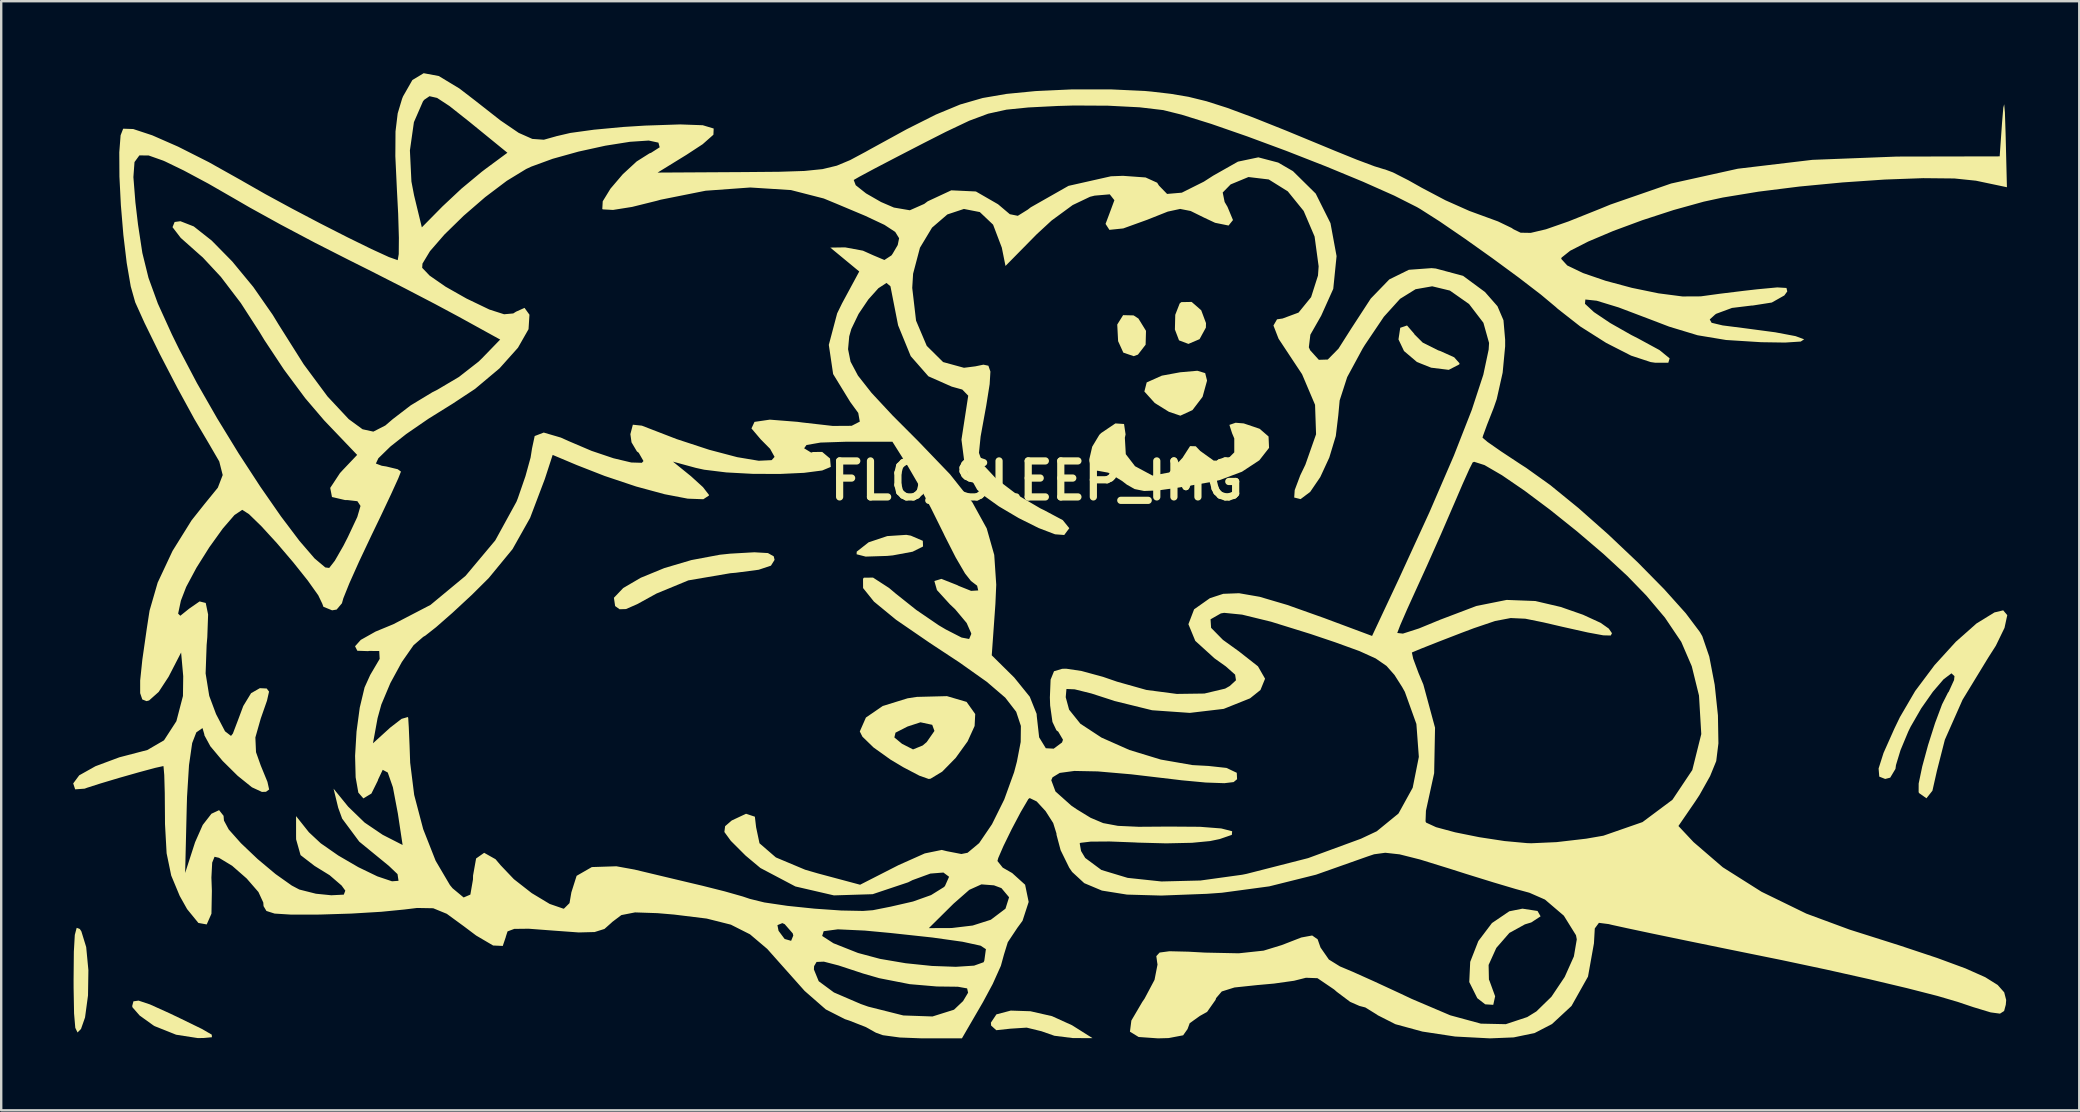
<source format=kicad_pcb>
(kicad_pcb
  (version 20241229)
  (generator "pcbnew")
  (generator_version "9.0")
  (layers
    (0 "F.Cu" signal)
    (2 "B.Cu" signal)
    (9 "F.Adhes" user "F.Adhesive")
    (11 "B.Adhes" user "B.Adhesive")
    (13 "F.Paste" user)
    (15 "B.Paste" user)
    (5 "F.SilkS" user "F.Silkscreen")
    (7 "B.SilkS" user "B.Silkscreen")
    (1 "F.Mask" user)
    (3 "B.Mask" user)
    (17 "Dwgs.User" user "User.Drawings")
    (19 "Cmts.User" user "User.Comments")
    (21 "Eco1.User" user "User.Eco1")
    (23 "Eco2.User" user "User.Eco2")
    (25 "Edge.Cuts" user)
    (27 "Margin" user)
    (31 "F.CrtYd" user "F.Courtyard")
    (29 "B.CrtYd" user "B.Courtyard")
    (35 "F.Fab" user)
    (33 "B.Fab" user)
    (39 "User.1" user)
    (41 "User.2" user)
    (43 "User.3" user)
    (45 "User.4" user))
  (footprint "FLO_SLEEP_IMG"
    (layer "F.Cu")
    (at 40.148 16.976)
    (property "Reference" "FLO_SLEEP_IMG" (at 0 0 0) (layer "F.SilkS") (effects (font (size 1.5 1.5) (thickness 0.3))))
    (attr board_only exclude_from_pos_files exclude_from_bom)
    (fp_poly (pts (xy 4.034 -6.885) (xy 4.235 -6.754) (xy 4.551 -6.242) (xy 4.535 -5.664) (xy 4.215 -5.25) (xy 4.038 -5.186) (xy 3.606 -5.334) (xy 3.389 -5.811) (xy 3.353 -6.504) (xy 3.597 -6.895)) (stroke (width 0) (type solid)) (fill yes) (layer "F.SilkS"))
    (fp_poly (pts (xy 6.852 -7.098) (xy 7.051 -6.564) (xy 7.046 -6.376) (xy 6.783 -5.895) (xy 6.319 -5.697) (xy 5.927 -5.845) (xy 5.755 -6.296) (xy 5.77 -6.91) (xy 5.954 -7.381) (xy 6.021 -7.438) (xy 6.453 -7.446)) (stroke (width 0) (type solid)) (fill yes) (layer "F.SilkS"))
    (fp_poly (pts (xy -5.249 2.292) (xy -4.748 2.507) (xy -4.739 2.744) (xy -5.173 2.961) (xy -6.001 3.115) (xy -6.24 3.137) (xy -7.13 3.165) (xy -7.507 3.068) (xy -7.502 2.959) (xy -7.007 2.57) (xy -6.231 2.311) (xy -5.436 2.259)) (stroke (width 0) (type solid)) (fill yes) (layer "F.SilkS"))
    (fp_poly (pts (xy 7.017 -4.48) (xy 7.093 -4.177) (xy 7.092 -4.156) (xy 6.908 -3.491) (xy 6.486 -2.938) (xy 5.985 -2.708) (xy 5.978 -2.708) (xy 5.505 -2.868) (xy 4.916 -3.234) (xy 4.483 -3.713) (xy 4.58 -4.092) (xy 5.211 -4.374) (xy 5.976 -4.515) (xy 6.692 -4.578)) (stroke (width 0) (type solid)) (fill yes) (layer "F.SilkS"))
    (fp_poly (pts (xy -39.874 18.681) (xy -39.808 18.78) (xy -39.607 19.434) (xy -39.515 20.398) (xy -39.531 21.449) (xy -39.655 22.368) (xy -39.823 22.847) (xy -39.968 22.993) (xy -40.061 22.799) (xy -40.112 22.202) (xy -40.131 21.143) (xy -40.132 20.806) (xy -40.121 19.629) (xy -40.081 18.926) (xy -40.003 18.632)) (stroke (width 0) (type solid)) (fill yes) (layer "F.SilkS"))
    (fp_poly (pts (xy -0.264 22.108) (xy 0.635 22.313) (xy 1.47 22.692) (xy 1.502 22.712) (xy 2.322 23.229) (xy 1.502 23.226) (xy 0.734 23.13) (xy 0.194 22.941) (xy -0.42 22.791) (xy -1.103 22.835) (xy -1.687 22.898) (xy -1.901 22.707) (xy -1.912 22.584) (xy -1.681 22.238) (xy -1.084 22.081)) (stroke (width 0) (type solid)) (fill yes) (layer "F.SilkS"))
    (fp_poly (pts (xy 15.728 -6.116) (xy 15.737 -6.093) (xy 16.081 -5.751) (xy 16.723 -5.43) (xy 16.823 -5.396) (xy 17.393 -5.138) (xy 17.615 -4.887) (xy 17.603 -4.842) (xy 17.166 -4.616) (xy 16.433 -4.706) (xy 15.841 -4.942) (xy 15.301 -5.4) (xy 15.071 -5.884) (xy 15.144 -6.368) (xy 15.427 -6.465)) (stroke (width 0) (type solid)) (fill yes) (layer "F.SilkS"))
    (fp_poly (pts (xy -36.952 21.823) (xy -36.129 22.195) (xy -35.642 22.428) (xy -34.785 22.846) (xy -34.376 23.083) (xy -34.368 23.191) (xy -34.716 23.223) (xy -34.959 23.226) (xy -35.861 23.086) (xy -36.752 22.73) (xy -36.803 22.701) (xy -37.377 22.289) (xy -37.678 21.945) (xy -37.69 21.891) (xy -37.639 21.696) (xy -37.425 21.665)) (stroke (width 0) (type solid)) (fill yes) (layer "F.SilkS"))
    (fp_poly (pts (xy 20.864 17.93) (xy 20.992 18.153) (xy 20.604 18.408) (xy 20.339 18.488) (xy 19.69 18.846) (xy 19.147 19.47) (xy 18.826 20.179) (xy 18.839 20.791) (xy 18.861 20.835) (xy 19.098 21.485) (xy 19.02 21.841) (xy 18.684 21.82) (xy 18.354 21.563) (xy 18.02 20.892) (xy 18.059 20.051) (xy 18.398 19.184) (xy 18.965 18.434) (xy 19.687 17.944) (xy 20.235 17.834)) (stroke (width 0) (type solid)) (fill yes) (layer "F.SilkS"))
    (fp_poly (pts (xy -11.201 3.018) (xy -10.959 3.155) (xy -10.925 3.302) (xy -11.076 3.543) (xy -11.587 3.713) (xy -12.542 3.838) (xy -12.771 3.858) (xy -14.517 4.156) (xy -15.844 4.704) (xy -16.647 5.146) (xy -17.116 5.351) (xy -17.383 5.359) (xy -17.568 5.226) (xy -17.619 4.881) (xy -17.23 4.473) (xy -16.498 4.046) (xy -15.52 3.644) (xy -14.391 3.31) (xy -13.208 3.088) (xy -12.768 3.042) (xy -11.768 2.985)) (stroke (width 0) (type solid)) (fill yes) (layer "F.SilkS"))
    (fp_poly (pts (xy -2.925 9.219) (xy -2.565 9.725) (xy -2.59 10.223) (xy -2.881 10.863) (xy -3.379 11.553) (xy -3.941 12.126) (xy -4.425 12.419) (xy -4.504 12.43) (xy -4.89 12.294) (xy -5.558 11.944) (xy -6.092 11.625) (xy -6.8 11.119) (xy -7.232 10.7) (xy -5.934 10.7) (xy -5.615 10.965) (xy -5.156 11.199) (xy -4.755 11.036) (xy -4.587 10.894) (xy -4.264 10.429) (xy -4.356 10.174) (xy -4.845 10.069) (xy -5.384 10.245) (xy -5.886 10.501) (xy -5.934 10.7) (xy -7.232 10.7) (xy -7.265 10.668) (xy -7.374 10.451) (xy -7.119 9.871) (xy -6.42 9.39) (xy -5.381 9.069) (xy -4.997 9.011) (xy -3.742 8.979)) (stroke (width 0) (type solid)) (fill yes) (layer "F.SilkS"))
    (fp_poly (pts (xy 8.624 -2.384) (xy 9.284 -2.161) (xy 9.657 -1.84) (xy 9.678 -1.365) (xy 9.274 -0.848) (xy 8.55 -0.371) (xy 7.612 -0.02) (xy 7.25 0.059) (xy 5.943 0.284) (xy 5.056 0.408) (xy 4.473 0.431) (xy 4.077 0.351) (xy 3.751 0.166) (xy 3.551 0.012) (xy 2.977 -0.332) (xy 2.536 -0.412) (xy 2.526 -0.409) (xy 2.253 -0.489) (xy 2.187 -0.884) (xy 2.31 -1.415) (xy 2.605 -1.906) (xy 2.684 -1.985) (xy 3.276 -2.384) (xy 3.636 -2.36) (xy 3.7 -1.927) (xy 3.67 -1.787) (xy 3.709 -1.102) (xy 4.094 -0.601) (xy 4.82 -0.211) (xy 5.516 -0.339) (xy 6.087 -0.968) (xy 6.104 -1) (xy 6.387 -1.438) (xy 6.624 -1.432) (xy 6.811 -1.236) (xy 7.373 -0.834) (xy 7.895 -0.842) (xy 8.229 -1.178) (xy 8.229 -1.758) (xy 8.136 -1.979) (xy 8.026 -2.323) (xy 8.286 -2.412)) (stroke (width 0) (type solid)) (fill yes) (layer "F.SilkS"))
    (fp_poly (pts (xy 40.436 5.605) (xy 40.322 6.134) (xy 39.96 6.879) (xy 39.639 7.382) (xy 38.573 9.131) (xy 37.836 10.795) (xy 37.505 12.092) (xy 37.318 12.92) (xy 37.069 13.235) (xy 36.769 13.024) (xy 36.743 12.983) (xy 36.745 12.62) (xy 36.893 11.912) (xy 37.136 11.019) (xy 37.428 10.102) (xy 37.72 9.321) (xy 37.964 8.837) (xy 37.998 8.795) (xy 38.22 8.306) (xy 38.237 8.145) (xy 38.11 8.029) (xy 37.782 8.278) (xy 37.336 8.797) (xy 36.852 9.487) (xy 36.41 10.253) (xy 36.311 10.456) (xy 35.988 11.231) (xy 35.799 11.852) (xy 35.778 12.01) (xy 35.559 12.376) (xy 35.35 12.43) (xy 35.103 12.332) (xy 35.075 11.993) (xy 35.281 11.346) (xy 35.737 10.323) (xy 35.964 9.853) (xy 36.599 8.766) (xy 37.407 7.687) (xy 38.292 6.715) (xy 39.156 5.95) (xy 39.903 5.491) (xy 40.267 5.404)) (stroke (width 0) (type solid)) (fill yes) (layer "F.SilkS"))
    (fp_poly (pts (xy -24.917 -16.859) (xy -24.055 -16.338) (xy -23.408 -15.841) (xy -22.347 -15.009) (xy -21.586 -14.49) (xy -21.019 -14.238) (xy -20.538 -14.204) (xy -20.038 -14.344) (xy -20.024 -14.349) (xy -19.433 -14.487) (xy -18.451 -14.622) (xy -17.23 -14.736) (xy -16.319 -14.793) (xy -14.859 -14.842) (xy -13.916 -14.808) (xy -13.462 -14.671) (xy -13.473 -14.413) (xy -13.921 -14.017) (xy -14.59 -13.579) (xy -15.798 -12.835) (xy -12.201 -12.856) (xy -10.732 -12.869) (xy -9.683 -12.903) (xy -8.926 -12.98) (xy -8.333 -13.123) (xy -7.778 -13.355) (xy -7.133 -13.7) (xy -6.965 -13.794) (xy -5.416 -14.643) (xy -4.202 -15.253) (xy -3.191 -15.672) (xy -2.252 -15.943) (xy -1.256 -16.114) (xy -0.072 -16.229) (xy 0 -16.234) (xy 1.479 -16.302) (xy 3.076 -16.302) (xy 4.497 -16.236) (xy 4.78 -16.21) (xy 5.589 -16.116) (xy 6.322 -15.992) (xy 7.074 -15.807) (xy 7.938 -15.531) (xy 9.009 -15.134) (xy 10.382 -14.586) (xy 12.149 -13.856) (xy 12.394 -13.754) (xy 13.332 -13.374) (xy 14.074 -13.096) (xy 14.477 -12.972) (xy 14.499 -12.97) (xy 14.842 -12.842) (xy 15.488 -12.513) (xy 16.048 -12.198) (xy 17.026 -11.682) (xy 18.023 -11.238) (xy 18.449 -11.082) (xy 19.217 -10.801) (xy 19.782 -10.529) (xy 19.868 -10.471) (xy 20.16 -10.33) (xy 20.581 -10.323) (xy 21.217 -10.473) (xy 22.154 -10.8) (xy 23.478 -11.329) (xy 23.898 -11.502) (xy 26.431 -12.38) (xy 29.21 -12.996) (xy 32.316 -13.366) (xy 35.833 -13.502) (xy 36.106 -13.503) (xy 40.12 -13.511) (xy 40.22 -14.929) (xy 40.271 -15.538) (xy 40.308 -15.682) (xy 40.338 -15.337) (xy 40.366 -14.479) (xy 40.371 -14.286) (xy 40.422 -12.225) (xy 39.131 -12.497) (xy 38.235 -12.59) (xy 36.927 -12.603) (xy 35.331 -12.545) (xy 33.573 -12.425) (xy 31.779 -12.254) (xy 30.075 -12.041) (xy 28.585 -11.796) (xy 27.795 -11.625) (xy 26.53 -11.274) (xy 25.234 -10.852) (xy 24.015 -10.401) (xy 22.976 -9.962) (xy 22.225 -9.579) (xy 21.866 -9.293) (xy 21.85 -9.242) (xy 22.101 -8.966) (xy 22.761 -8.649) (xy 23.702 -8.326) (xy 24.793 -8.033) (xy 25.904 -7.804) (xy 26.904 -7.674) (xy 27.664 -7.678) (xy 27.68 -7.68) (xy 28.462 -7.787) (xy 29.484 -7.912) (xy 30.021 -7.973) (xy 30.852 -8.051) (xy 31.237 -8.028) (xy 31.27 -7.884) (xy 31.148 -7.716) (xy 30.626 -7.421) (xy 29.829 -7.296) (xy 29.789 -7.296) (xy 28.968 -7.196) (xy 28.312 -6.953) (xy 28.267 -6.923) (xy 28.04 -6.716) (xy 28.117 -6.577) (xy 28.578 -6.467) (xy 29.465 -6.354) (xy 30.774 -6.18) (xy 31.615 -6.021) (xy 31.973 -5.889) (xy 31.832 -5.795) (xy 31.179 -5.753) (xy 30.18 -5.768) (xy 28.72 -5.86) (xy 27.534 -6.057) (xy 26.35 -6.416) (xy 25.584 -6.709) (xy 24.246 -7.216) (xy 23.331 -7.496) (xy 22.857 -7.547) (xy 22.841 -7.368) (xy 23.215 -7.022) (xy 23.896 -6.565) (xy 24.772 -6.068) (xy 25.057 -5.923) (xy 25.945 -5.44) (xy 26.368 -5.096) (xy 26.314 -4.913) (xy 25.77 -4.912) (xy 25.579 -4.94) (xy 24.764 -5.208) (xy 23.726 -5.738) (xy 22.646 -6.423) (xy 21.704 -7.161) (xy 21.618 -7.239) (xy 21.006 -7.75) (xy 20.079 -8.462) (xy 18.974 -9.274) (xy 17.83 -10.087) (xy 16.785 -10.802) (xy 15.978 -11.317) (xy 15.841 -11.397) (xy 14.897 -11.874) (xy 13.593 -12.454) (xy 12.054 -13.091) (xy 10.404 -13.737) (xy 8.768 -14.343) (xy 7.271 -14.863) (xy 6.036 -15.248) (xy 5.267 -15.439) (xy 4.284 -15.555) (xy 2.973 -15.622) (xy 1.551 -15.63) (xy 0.879 -15.611) (xy -0.35 -15.549) (xy -1.262 -15.457) (xy -2.027 -15.289) (xy -2.813 -14.996) (xy -3.789 -14.533) (xy -4.72 -14.06) (xy -5.833 -13.485) (xy -6.757 -13.003) (xy -7.389 -12.664) (xy -7.627 -12.527) (xy -7.544 -12.309) (xy -7.114 -11.968) (xy -6.489 -11.609) (xy -5.953 -11.378) (xy -5.289 -11.265) (xy -4.689 -11.53) (xy -4.545 -11.638) (xy -3.562 -12.096) (xy -2.536 -12.048) (xy -1.614 -11.516) (xy -1.123 -11.101) (xy -0.79 -11.034) (xy -0.375 -11.292) (xy -0.251 -11.388) (xy 1.322 -12.282) (xy 3.09 -12.681) (xy 3.592 -12.7) (xy 4.534 -12.632) (xy 5.016 -12.413) (xy 5.09 -12.295) (xy 5.429 -11.946) (xy 6.043 -11.998) (xy 6.963 -12.458) (xy 7.347 -12.705) (xy 8.382 -13.291) (xy 9.232 -13.47) (xy 10.06 -13.252) (xy 10.674 -12.895) (xy 11.622 -11.96) (xy 12.237 -10.729) (xy 12.491 -9.354) (xy 12.353 -7.99) (xy 11.85 -6.871) (xy 11.399 -6.08) (xy 11.336 -5.555) (xy 11.392 -5.431) (xy 11.752 -5.034) (xy 12.125 -5.045) (xy 12.57 -5.498) (xy 13.098 -6.329) (xy 13.916 -7.586) (xy 14.688 -8.384) (xy 15.503 -8.785) (xy 16.449 -8.854) (xy 16.625 -8.838) (xy 17.762 -8.533) (xy 18.674 -7.86) (xy 19.195 -7.267) (xy 19.445 -6.684) (xy 19.515 -5.871) (xy 19.515 -5.596) (xy 19.411 -4.498) (xy 19.164 -3.396) (xy 19.037 -3.03) (xy 18.76 -2.326) (xy 18.593 -1.869) (xy 18.572 -1.789) (xy 18.784 -1.61) (xy 19.348 -1.217) (xy 20.152 -0.686) (xy 20.392 -0.532) (xy 21.395 0.185) (xy 22.567 1.14) (xy 23.813 2.243) (xy 25.037 3.402) (xy 26.144 4.526) (xy 27.04 5.525) (xy 27.629 6.308) (xy 27.73 6.483) (xy 28.021 7.333) (xy 28.246 8.505) (xy 28.381 9.781) (xy 28.401 10.946) (xy 28.31 11.685) (xy 28.054 12.312) (xy 27.612 13.1) (xy 27.44 13.362) (xy 26.735 14.39) (xy 27.365 15.061) (xy 28.583 16.11) (xy 30.199 17.131) (xy 32.065 18.041) (xy 33.864 18.706) (xy 35.925 19.359) (xy 37.517 19.889) (xy 38.696 20.324) (xy 39.517 20.689) (xy 40.036 21.013) (xy 40.309 21.321) (xy 40.391 21.64) (xy 40.375 21.835) (xy 40.305 22.098) (xy 40.133 22.208) (xy 39.744 22.156) (xy 39.024 21.938) (xy 38.373 21.719) (xy 37.529 21.471) (xy 36.259 21.146) (xy 34.677 20.77) (xy 32.894 20.371) (xy 31.02 19.973) (xy 30.453 19.858) (xy 28.678 19.497) (xy 27.056 19.164) (xy 25.671 18.877) (xy 24.612 18.652) (xy 23.963 18.51) (xy 23.83 18.477) (xy 23.422 18.425) (xy 23.25 18.658) (xy 23.215 19.28) (xy 22.967 20.665) (xy 22.28 21.888) (xy 21.468 22.641) (xy 20.744 23.016) (xy 19.871 23.198) (xy 18.881 23.238) (xy 17.431 23.162) (xy 16.068 22.955) (xy 14.942 22.648) (xy 14.203 22.273) (xy 14.181 22.254) (xy 13.689 21.95) (xy 13.444 21.887) (xy 13.057 21.717) (xy 12.499 21.298) (xy 12.39 21.202) (xy 11.696 20.731) (xy 11.216 20.713) (xy 10.719 20.838) (xy 9.887 20.955) (xy 9.185 21.018) (xy 8.237 21.118) (xy 7.708 21.284) (xy 7.472 21.56) (xy 7.449 21.634) (xy 7.096 22.136) (xy 6.798 22.302) (xy 6.372 22.606) (xy 6.282 22.851) (xy 6.098 23.111) (xy 5.494 23.226) (xy 5.053 23.238) (xy 4.244 23.181) (xy 3.882 22.959) (xy 3.941 22.496) (xy 4.397 21.719) (xy 4.491 21.582) (xy 4.906 20.801) (xy 5.031 20.162) (xy 5.017 20.076) (xy 4.981 19.812) (xy 5.117 19.663) (xy 5.528 19.608) (xy 6.318 19.627) (xy 7.015 19.665) (xy 8.414 19.694) (xy 9.451 19.583) (xy 10.209 19.351) (xy 11.023 19.035) (xy 11.475 18.952) (xy 11.702 19.11) (xy 11.822 19.452) (xy 12.171 19.954) (xy 12.632 20.24) (xy 13.171 20.467) (xy 14.049 20.861) (xy 15.114 21.354) (xy 15.625 21.595) (xy 17.229 22.278) (xy 18.504 22.625) (xy 19.542 22.647) (xy 20.435 22.351) (xy 20.815 22.117) (xy 21.444 21.504) (xy 21.996 20.68) (xy 22.379 19.824) (xy 22.5 19.113) (xy 22.467 18.941) (xy 21.96 18.126) (xy 21.174 17.455) (xy 20.526 17.171) (xy 19.957 17.016) (xy 19.023 16.738) (xy 17.88 16.384) (xy 17.206 16.169) (xy 15.969 15.786) (xy 15.117 15.571) (xy 14.521 15.505) (xy 14.055 15.568) (xy 13.792 15.656) (xy 11.637 16.418) (xy 9.686 16.905) (xy 7.713 17.171) (xy 7.075 17.216) (xy 5.187 17.288) (xy 3.759 17.248) (xy 2.715 17.081) (xy 1.978 16.771) (xy 1.473 16.305) (xy 1.351 16.126) (xy 0.994 15.398) (xy 0.823 14.758) (xy 0.82 14.701) (xy 0.684 14.266) (xy 0.365 13.767) (xy -0.005 13.366) (xy -0.294 13.226) (xy -0.349 13.265) (xy -0.669 13.81) (xy -1.046 14.524) (xy -1.388 15.223) (xy -1.606 15.725) (xy -1.639 15.848) (xy -1.418 16.125) (xy -1.024 16.351) (xy -0.486 16.837) (xy -0.338 17.554) (xy -0.594 18.34) (xy -0.807 18.63) (xy -1.208 19.233) (xy -1.366 19.743) (xy -1.496 20.216) (xy -1.836 20.973) (xy -2.242 21.728) (xy -3.119 23.238) (xy -4.782 23.238) (xy -5.708 23.202) (xy -6.415 23.106) (xy -6.705 23.001) (xy -7.119 22.769) (xy -7.816 22.496) (xy -7.99 22.439) (xy -8.791 22.032) (xy -9.673 21.261) (xy -10.448 20.391) (xy -10.469 20.368) (xy -9.286 20.368) (xy -9.086 20.857) (xy -8.452 21.325) (xy -7.335 21.806) (xy -7.023 21.916) (xy -5.56 22.284) (xy -4.344 22.326) (xy -3.449 22.044) (xy -3.071 21.685) (xy -2.862 21.336) (xy -2.902 21.156) (xy -3.288 21.087) (xy -4.12 21.077) (xy -4.157 21.077) (xy -5.293 20.98) (xy -6.563 20.731) (xy -7.238 20.536) (xy -8.258 20.2) (xy -8.87 20.042) (xy -9.175 20.054) (xy -9.278 20.228) (xy -9.286 20.368) (xy -10.469 20.368) (xy -11.23 19.512) (xy -11.949 18.903) (xy -12.706 18.521) (xy -10.806 18.521) (xy -10.759 18.757) (xy -10.506 19.097) (xy -10.235 19.174) (xy -10.152 18.971) (xy -8.942 18.971) (xy -8.472 19.275) (xy -7.467 19.673) (xy -7.442 19.682) (xy -6.531 19.926) (xy -5.462 20.108) (xy -4.366 20.221) (xy -3.373 20.257) (xy -2.612 20.208) (xy -2.215 20.066) (xy -2.185 19.996) (xy -2.123 19.543) (xy -2.117 19.523) (xy -2.34 19.377) (xy -3.091 19.213) (xy -4.35 19.036) (xy -6.098 18.847) (xy -7.169 18.747) (xy -8.287 18.695) (xy -8.879 18.773) (xy -8.942 18.971) (xy -10.152 18.971) (xy -10.145 18.954) (xy -10.168 18.864) (xy -10.359 18.645) (xy -4.497 18.645) (xy -3.546 18.641) (xy -2.671 18.537) (xy -1.914 18.296) (xy -1.304 17.835) (xy -1.154 17.359) (xy -1.473 16.978) (xy -1.784 16.862) (xy -2.307 16.822) (xy -2.81 17.049) (xy -3.463 17.622) (xy -3.505 17.663) (xy -4.497 18.645) (xy -10.359 18.645) (xy -10.502 18.481) (xy -10.601 18.436) (xy -10.806 18.521) (xy -12.706 18.521) (xy -12.744 18.501) (xy -13.753 18.247) (xy -15.112 18.08) (xy -15.807 18.021) (xy -16.738 17.99) (xy -17.309 18.102) (xy -17.695 18.393) (xy -17.716 18.416) (xy -18.013 18.679) (xy -18.422 18.808) (xy -19.084 18.825) (xy -20.14 18.748) (xy -21.171 18.67) (xy -21.771 18.677) (xy -22.051 18.782) (xy -22.123 19.002) (xy -22.123 19.013) (xy -22.25 19.387) (xy -22.652 19.369) (xy -23.36 18.953) (xy -23.87 18.569) (xy -24.583 18.048) (xy -25.148 17.817) (xy -25.821 17.805) (xy -26.356 17.87) (xy -27.312 17.964) (xy -28.561 18.039) (xy -29.848 18.079) (xy -29.975 18.081) (xy -31.084 18.081) (xy -31.756 18.039) (xy -32.097 17.93) (xy -32.217 17.729) (xy -32.228 17.578) (xy -32.43 17.141) (xy -32.92 16.577) (xy -33.526 16.047) (xy -34.075 15.715) (xy -34.259 15.672) (xy -34.357 15.915) (xy -34.39 16.539) (xy -34.37 17.091) (xy -34.388 18.044) (xy -34.585 18.491) (xy -34.932 18.429) (xy -35.402 17.853) (xy -35.71 17.304) (xy -36.064 16.454) (xy -36.256 15.526) (xy -36.323 14.314) (xy -36.325 13.994) (xy -36.333 13.005) (xy -36.354 12.267) (xy -36.385 11.908) (xy -36.393 11.893) (xy -36.737 11.969) (xy -37.414 12.152) (xy -38.238 12.386) (xy -39.019 12.62) (xy -39.572 12.797) (xy -39.67 12.834) (xy -40.066 12.863) (xy -40.148 12.616) (xy -39.898 12.279) (xy -39.22 11.899) (xy -38.228 11.529) (xy -37.058 11.223) (xy -36.365 10.82) (xy -35.849 10.024) (xy -35.575 8.973) (xy -35.564 8.147) (xy -35.652 7.161) (xy -36.175 8.174) (xy -36.587 8.804) (xy -36.986 9.159) (xy -37.093 9.187) (xy -37.269 9.117) (xy -37.358 8.856) (xy -37.358 8.328) (xy -37.267 7.456) (xy -37.082 6.164) (xy -36.986 5.541) (xy -35.776 5.541) (xy -35.685 5.63) (xy -35.319 5.336) (xy -34.882 5.033) (xy -34.626 5.097) (xy -34.527 5.578) (xy -34.561 6.526) (xy -34.589 6.855) (xy -34.631 8.033) (xy -34.48 8.968) (xy -34.196 9.728) (xy -33.822 10.444) (xy -33.573 10.636) (xy -33.495 10.538) (xy -33.285 9.987) (xy -33.062 9.39) (xy -32.737 8.856) (xy -32.371 8.647) (xy -32.086 8.661) (xy -31.988 8.79) (xy -32.074 9.169) (xy -32.334 9.913) (xy -32.558 10.701) (xy -32.531 11.314) (xy -32.334 11.869) (xy -32.055 12.55) (xy -31.984 12.869) (xy -32.115 12.964) (xy -32.285 12.97) (xy -32.7 12.778) (xy -33.295 12.299) (xy -33.921 11.68) (xy -34.432 11.07) (xy -34.68 10.614) (xy -34.686 10.565) (xy -34.761 10.31) (xy -35.018 10.488) (xy -35.191 10.935) (xy -35.323 11.854) (xy -35.405 13.175) (xy -35.417 13.582) (xy -35.484 16.348) (xy -35.069 15.064) (xy -34.751 14.346) (xy -34.388 13.879) (xy -34.069 13.73) (xy -33.883 13.966) (xy -33.867 14.163) (xy -33.668 14.534) (xy -33.158 15.107) (xy -32.465 15.766) (xy -31.716 16.393) (xy -31.041 16.871) (xy -30.726 17.037) (xy -30.034 17.212) (xy -29.395 17.276) (xy -28.874 17.25) (xy -28.81 17.084) (xy -28.965 16.87) (xy -29.464 16.44) (xy -30.091 16.053) (xy -30.675 15.603) (xy -30.86 14.947) (xy -30.862 14.818) (xy -30.862 13.978) (xy -30.327 14.651) (xy -29.835 15.11) (xy -29.102 15.62) (xy -28.269 16.105) (xy -27.476 16.488) (xy -26.864 16.694) (xy -26.593 16.673) (xy -26.635 16.395) (xy -26.998 16.049) (xy -28.229 15.042) (xy -28.942 14.082) (xy -29.106 13.632) (xy -29.3 12.835) (xy -28.691 13.584) (xy -28.006 14.247) (xy -27.253 14.757) (xy -26.423 15.181) (xy -26.62 13.873) (xy -26.828 12.776) (xy -27.042 12.162) (xy -27.252 12.049) (xy -27.445 12.457) (xy -27.457 12.501) (xy -27.723 13.038) (xy -28.058 13.24) (xy -28.268 12.998) (xy -28.38 12.362) (xy -28.403 11.469) (xy -28.372 10.944) (xy -27.658 10.944) (xy -26.938 10.289) (xy -26.466 9.925) (xy -26.205 9.85) (xy -26.19 9.883) (xy -26.166 10.271) (xy -26.134 11.019) (xy -26.108 11.754) (xy -25.941 13.094) (xy -25.565 14.522) (xy -25.046 15.84) (xy -24.451 16.851) (xy -24.341 16.985) (xy -23.88 17.368) (xy -23.6 17.248) (xy -23.491 16.618) (xy -23.488 16.454) (xy -23.361 15.743) (xy -23.025 15.507) (xy -22.551 15.774) (xy -22.342 16.022) (xy -21.787 16.605) (xy -21.044 17.186) (xy -20.295 17.637) (xy -19.728 17.833) (xy -19.701 17.834) (xy -19.469 17.603) (xy -19.391 17.153) (xy -19.173 16.466) (xy -18.538 16.101) (xy -17.517 16.068) (xy -16.761 16.205) (xy -15.674 16.465) (xy -14.448 16.757) (xy -13.929 16.88) (xy -13.008 17.112) (xy -12.253 17.326) (xy -11.953 17.427) (xy -11.351 17.575) (xy -10.391 17.717) (xy -9.26 17.834) (xy -8.147 17.911) (xy -7.239 17.929) (xy -6.828 17.898) (xy -6.086 17.75) (xy -5.211 17.549) (xy -5.153 17.535) (xy -4.403 17.268) (xy -3.868 16.935) (xy -3.825 16.89) (xy -3.654 16.505) (xy -3.89 16.329) (xy -4.432 16.372) (xy -5.179 16.645) (xy -5.359 16.736) (xy -6.839 17.231) (xy -8.452 17.281) (xy -10.057 16.909) (xy -11.515 16.14) (xy -12.132 15.624) (xy -12.748 15.008) (xy -13.016 14.64) (xy -12.986 14.398) (xy -12.71 14.16) (xy -12.114 13.88) (xy -11.746 14.002) (xy -11.694 14.443) (xy -11.553 15.11) (xy -10.871 15.699) (xy -9.65 16.212) (xy -9.123 16.365) (xy -7.361 16.837) (xy -5.764 16.022) (xy -4.666 15.532) (xy -3.959 15.387) (xy -3.746 15.44) (xy -3.141 15.557) (xy -2.884 15.506) (xy -2.401 15.103) (xy -1.866 14.316) (xy -1.355 13.285) (xy -1.065 12.482) (xy 0.604 12.482) (xy 0.779 12.951) (xy 1.437 13.539) (xy 1.671 13.698) (xy 2.245 14.049) (xy 2.766 14.269) (xy 3.382 14.384) (xy 4.243 14.423) (xy 5.499 14.414) (xy 5.511 14.414) (xy 6.799 14.423) (xy 7.686 14.492) (xy 8.14 14.608) (xy 8.128 14.759) (xy 7.618 14.935) (xy 7.219 15.018) (xy 6.467 15.09) (xy 5.389 15.113) (xy 4.204 15.082) (xy 4.066 15.074) (xy 3.038 15.035) (xy 2.244 15.041) (xy 1.821 15.091) (xy 1.788 15.111) (xy 1.845 15.432) (xy 2.018 15.721) (xy 2.692 16.221) (xy 3.785 16.551) (xy 5.195 16.701) (xy 6.82 16.661) (xy 8.556 16.421) (xy 8.74 16.384) (xy 11.304 15.729) (xy 13.509 14.919) (xy 14.165 14.61) (xy 15.071 13.87) (xy 15.663 12.795) (xy 15.919 11.511) (xy 15.817 10.138) (xy 15.336 8.801) (xy 15.221 8.595) (xy 14.903 8.095) (xy 14.572 7.72) (xy 14.121 7.409) (xy 13.442 7.101) (xy 12.43 6.734) (xy 11.4 6.387) (xy 9.762 5.878) (xy 8.555 5.583) (xy 7.807 5.508) (xy 7.67 5.532) (xy 7.24 5.778) (xy 7.263 6.133) (xy 7.757 6.635) (xy 8.419 7.111) (xy 9.216 7.737) (xy 9.512 8.253) (xy 9.32 8.723) (xy 8.886 9.071) (xy 7.789 9.51) (xy 6.376 9.677) (xy 4.805 9.567) (xy 3.235 9.18) (xy 3.185 9.162) (xy 2.276 8.868) (xy 1.579 8.695) (xy 1.241 8.681) (xy 1.236 8.685) (xy 1.206 9.024) (xy 1.347 9.543) (xy 1.817 10.129) (xy 2.698 10.707) (xy 3.859 11.222) (xy 5.167 11.622) (xy 6.488 11.852) (xy 7.153 11.888) (xy 7.905 11.97) (xy 8.333 12.173) (xy 8.346 12.44) (xy 8.202 12.56) (xy 7.817 12.606) (xy 7.043 12.579) (xy 6.034 12.485) (xy 5.808 12.457) (xy 3.934 12.236) (xy 2.539 12.115) (xy 1.566 12.096) (xy 0.957 12.178) (xy 0.656 12.362) (xy 0.604 12.482) (xy -1.065 12.482) (xy -0.945 12.151) (xy -0.828 11.709) (xy -0.67 10.889) (xy -0.662 10.221) (xy -0.858 9.63) (xy -1.313 9.042) (xy -2.081 8.384) (xy -3.217 7.579) (xy -4.461 6.759) (xy -5.864 5.796) (xy -6.784 5.04) (xy -7.237 4.476) (xy -7.239 4.088) (xy -7.202 4.044) (xy -6.822 4.04) (xy -6.155 4.472) (xy -5.891 4.695) (xy -5.02 5.388) (xy -4.083 6.028) (xy -3.79 6.201) (xy -3.133 6.538) (xy -2.818 6.598) (xy -2.732 6.396) (xy -2.731 6.363) (xy -2.922 5.931) (xy -3.402 5.357) (xy -3.619 5.153) (xy -4.16 4.559) (xy -4.267 4.183) (xy -3.973 4.093) (xy -3.308 4.356) (xy -3.26 4.383) (xy -2.737 4.593) (xy -2.44 4.575) (xy -2.486 4.377) (xy -2.742 4.181) (xy -2.991 3.865) (xy -3.382 3.194) (xy -3.834 2.306) (xy -3.881 2.206) (xy -4.411 1.137) (xy -4.958 0.11) (xy -5.375 -0.608) (xy -6.015 -1.621) (xy -7.94 -1.621) (xy -9.008 -1.586) (xy -9.596 -1.484) (xy -9.693 -1.347) (xy -9.401 -1.169) (xy -9.322 -1.194) (xy -8.939 -1.195) (xy -8.614 -0.922) (xy -8.583 -0.574) (xy -8.584 -0.571) (xy -8.94 -0.423) (xy -9.697 -0.325) (xy -10.71 -0.278) (xy -11.837 -0.283) (xy -12.933 -0.342) (xy -13.856 -0.455) (xy -14.204 -0.531) (xy -15.158 -0.791) (xy -14.407 -0.183) (xy -13.908 0.271) (xy -13.661 0.591) (xy -13.656 0.618) (xy -13.893 0.775) (xy -14.542 0.751) (xy -15.507 0.566) (xy -16.694 0.244) (xy -18.008 -0.196) (xy -19.167 -0.649) (xy -20.171 -1.072) (xy -20.499 -0.063) (xy -21.112 1.555) (xy -21.844 2.855) (xy -22.836 4.061) (xy -23.534 4.755) (xy -24.346 5.508) (xy -25.03 6.107) (xy -25.477 6.459) (xy -25.564 6.509) (xy -25.968 6.86) (xy -26.455 7.557) (xy -26.933 8.435) (xy -27.309 9.328) (xy -27.466 9.895) (xy -27.658 10.944) (xy -28.372 10.944) (xy -28.343 10.456) (xy -28.209 9.46) (xy -28.008 8.617) (xy -27.773 8.097) (xy -27.379 7.427) (xy -27.397 7.099) (xy -27.826 7.096) (xy -27.858 7.104) (xy -28.31 7.088) (xy -28.404 6.901) (xy -28.167 6.636) (xy -27.55 6.289) (xy -26.808 5.982) (xy -25.26 5.177) (xy -23.801 3.968) (xy -22.563 2.491) (xy -21.679 0.879) (xy -21.621 0.732) (xy -21.304 -0.187) (xy -21.09 -0.963) (xy -21.03 -1.345) (xy -20.92 -1.858) (xy -20.543 -2.003) (xy -19.831 -1.794) (xy -19.497 -1.644) (xy -18.549 -1.24) (xy -17.639 -0.933) (xy -16.897 -0.756) (xy -16.455 -0.743) (xy -16.387 -0.816) (xy -16.585 -1.161) (xy -16.66 -1.216) (xy -16.885 -1.595) (xy -16.933 -1.936) (xy -16.83 -2.33) (xy -16.455 -2.291) (xy -15.002 -1.73) (xy -13.649 -1.286) (xy -12.482 -0.978) (xy -11.585 -0.828) (xy -11.045 -0.854) (xy -10.925 -0.99) (xy -11.112 -1.326) (xy -11.502 -1.72) (xy -11.888 -2.175) (xy -11.761 -2.448) (xy -11.122 -2.541) (xy -9.973 -2.45) (xy -9.776 -2.424) (xy -8.501 -2.279) (xy -7.714 -2.284) (xy -7.374 -2.459) (xy -7.438 -2.82) (xy -7.773 -3.279) (xy -8.485 -4.441) (xy -8.638 -5.477) (xy -7.863 -5.477) (xy -7.759 -4.957) (xy -7.451 -4.377) (xy -6.886 -3.658) (xy -6.015 -2.722) (xy -4.942 -1.647) (xy -3.618 -0.269) (xy -2.683 0.906) (xy -2.086 1.99) (xy -1.772 3.096) (xy -1.689 4.336) (xy -1.724 5.142) (xy -1.876 7.278) (xy -0.938 8.205) (xy -0.292 9.004) (xy -0.006 9.718) (xy 0 9.814) (xy 0.099 10.697) (xy 0.377 11.15) (xy 0.705 11.168) (xy 1.052 10.91) (xy 1.092 10.796) (xy 0.895 10.459) (xy 0.819 10.403) (xy 0.653 10.053) (xy 0.557 9.368) (xy 0.546 9.036) (xy 0.576 8.292) (xy 0.718 7.942) (xy 1.057 7.84) (xy 1.226 7.836) (xy 1.864 7.931) (xy 2.759 8.175) (xy 3.343 8.376) (xy 4.564 8.72) (xy 5.834 8.887) (xy 6.984 8.871) (xy 7.848 8.666) (xy 8.042 8.556) (xy 8.3 8.318) (xy 8.264 8.083) (xy 7.874 7.738) (xy 7.409 7.407) (xy 6.604 6.676) (xy 6.318 5.982) (xy 6.555 5.362) (xy 7.213 4.898) (xy 7.77 4.716) (xy 8.428 4.691) (xy 9.283 4.839) (xy 10.434 5.178) (xy 11.976 5.726) (xy 12.106 5.775) (xy 13.971 6.471) (xy 14.028 6.348) (xy 15.022 6.348) (xy 15.255 6.374) (xy 15.926 6.158) (xy 16.808 5.795) (xy 18.316 5.223) (xy 19.577 4.97) (xy 20.773 5.016) (xy 21.829 5.263) (xy 22.758 5.587) (xy 23.493 5.925) (xy 23.832 6.164) (xy 23.966 6.357) (xy 23.916 6.453) (xy 23.606 6.446) (xy 22.96 6.327) (xy 21.901 6.09) (xy 21.116 5.907) (xy 20.358 5.753) (xy 19.747 5.725) (xy 19.095 5.849) (xy 18.212 6.148) (xy 17.702 6.34) (xy 16.753 6.707) (xy 16.027 6.994) (xy 15.653 7.15) (xy 15.629 7.163) (xy 15.684 7.419) (xy 15.906 8.016) (xy 16.107 8.496) (xy 16.594 10.294) (xy 16.557 12.188) (xy 16.366 13.063) (xy 16.215 13.753) (xy 16.198 14.195) (xy 16.222 14.248) (xy 16.637 14.439) (xy 17.43 14.653) (xy 18.436 14.856) (xy 19.49 15.017) (xy 20.426 15.103) (xy 20.604 15.109) (xy 21.657 15.062) (xy 22.893 14.918) (xy 23.608 14.794) (xy 25.238 14.227) (xy 26.485 13.297) (xy 27.313 12.058) (xy 27.687 10.56) (xy 27.592 8.955) (xy 27.291 7.734) (xy 26.852 6.716) (xy 26.172 5.707) (xy 25.4 4.791) (xy 24.603 3.969) (xy 23.616 3.058) (xy 22.519 2.122) (xy 21.394 1.22) (xy 20.321 0.417) (xy 19.381 -0.226) (xy 18.655 -0.648) (xy 18.224 -0.785) (xy 18.162 -0.759) (xy 18.025 -0.486) (xy 17.74 0.149) (xy 17.37 1.01) (xy 17.364 1.022) (xy 16.844 2.225) (xy 16.245 3.572) (xy 15.834 4.474) (xy 15.435 5.352) (xy 15.145 6.019) (xy 15.022 6.341) (xy 15.022 6.348) (xy 14.028 6.348) (xy 15.077 4.114) (xy 16.364 1.309) (xy 17.378 -1.04) (xy 18.124 -2.944) (xy 18.606 -4.414) (xy 18.828 -5.459) (xy 18.845 -5.737) (xy 18.609 -6.578) (xy 18.011 -7.359) (xy 17.213 -7.919) (xy 16.476 -8.097) (xy 15.782 -7.975) (xy 15.137 -7.575) (xy 14.461 -6.827) (xy 13.672 -5.656) (xy 13.578 -5.504) (xy 12.934 -4.314) (xy 12.62 -3.342) (xy 12.563 -2.724) (xy 12.459 -1.859) (xy 12.188 -0.961) (xy 11.811 -0.146) (xy 11.392 0.469) (xy 10.992 0.77) (xy 10.726 0.704) (xy 10.747 0.394) (xy 10.979 -0.223) (xy 11.191 -0.663) (xy 11.637 -1.932) (xy 11.595 -3.159) (xy 11.053 -4.435) (xy 10.66 -5.027) (xy 10.074 -5.914) (xy 9.861 -6.463) (xy 10.01 -6.721) (xy 10.242 -6.755) (xy 10.906 -7.001) (xy 11.43 -7.645) (xy 11.717 -8.545) (xy 11.744 -8.93) (xy 11.575 -10.172) (xy 11.12 -11.237) (xy 10.458 -12.054) (xy 9.665 -12.549) (xy 8.82 -12.65) (xy 8.077 -12.342) (xy 7.747 -12.005) (xy 7.827 -11.61) (xy 7.946 -11.409) (xy 8.175 -10.857) (xy 7.991 -10.629) (xy 7.43 -10.743) (xy 6.974 -10.957) (xy 6.411 -11.235) (xy 5.974 -11.321) (xy 5.457 -11.209) (xy 4.654 -10.89) (xy 4.613 -10.873) (xy 3.602 -10.508) (xy 3.026 -10.449) (xy 2.866 -10.697) (xy 3.021 -11.11) (xy 3.234 -11.684) (xy 3.041 -11.929) (xy 2.412 -11.875) (xy 2.219 -11.827) (xy 1.496 -11.482) (xy 0.618 -10.838) (xy -0.003 -10.265) (xy -1.303 -8.945) (xy -1.457 -9.709) (xy -1.82 -10.665) (xy -2.373 -11.19) (xy -3.036 -11.32) (xy -3.726 -11.091) (xy -4.364 -10.541) (xy -4.867 -9.705) (xy -5.153 -8.622) (xy -5.189 -8.03) (xy -5.03 -6.666) (xy -4.584 -5.615) (xy -3.902 -4.94) (xy -3.033 -4.702) (xy -2.559 -4.762) (xy -2.223 -4.832) (xy -2.016 -4.788) (xy -1.932 -4.545) (xy -1.963 -4.02) (xy -2.105 -3.128) (xy -2.34 -1.839) (xy -2.409 -1.157) (xy -2.237 -0.666) (xy -1.731 -0.123) (xy -1.641 -0.042) (xy -0.789 0.606) (xy 0.161 1.162) (xy 0.304 1.23) (xy 1.084 1.646) (xy 1.355 1.982) (xy 1.144 2.265) (xy 0.762 2.236) (xy 0.08 1.976) (xy -0.75 1.562) (xy -1.578 1.073) (xy -2.257 0.587) (xy -2.485 0.377) (xy -2.985 -0.519) (xy -3.138 -1.708) (xy -2.936 -3.018) (xy -2.856 -3.54) (xy -3.104 -3.795) (xy -3.543 -3.917) (xy -4.515 -4.347) (xy -5.252 -5.187) (xy -5.778 -6.472) (xy -6.097 -8.098) (xy -6.262 -8.237) (xy -6.599 -8.017) (xy -7.018 -7.549) (xy -7.425 -6.946) (xy -7.727 -6.319) (xy -7.814 -6.014) (xy -7.863 -5.477) (xy -8.638 -5.477) (xy -8.665 -5.656) (xy -8.317 -6.97) (xy -8.111 -7.391) (xy -7.397 -8.714) (xy -8 -9.212) (xy -8.603 -9.71) (xy -7.985 -9.719) (xy -7.244 -9.582) (xy -6.816 -9.39) (xy -6.349 -9.193) (xy -6.053 -9.386) (xy -6.004 -9.457) (xy -5.793 -9.817) (xy -5.736 -10.101) (xy -5.898 -10.363) (xy -6.345 -10.656) (xy -7.144 -11.032) (xy -8.36 -11.543) (xy -8.876 -11.756) (xy -10.244 -12.107) (xy -11.938 -12.214) (xy -13.8 -12.079) (xy -15.671 -11.705) (xy -15.829 -11.661) (xy -16.861 -11.405) (xy -17.655 -11.279) (xy -18.081 -11.302) (xy -18.103 -11.318) (xy -18.085 -11.638) (xy -17.762 -12.165) (xy -17.251 -12.764) (xy -16.671 -13.299) (xy -16.139 -13.635) (xy -16.07 -13.66) (xy -15.712 -13.889) (xy -15.764 -14.083) (xy -16.168 -14.17) (xy -16.951 -14.118) (xy -17.973 -13.956) (xy -19.092 -13.71) (xy -20.17 -13.41) (xy -21.064 -13.083) (xy -21.276 -12.984) (xy -22.082 -12.492) (xy -22.983 -11.812) (xy -23.88 -11.036) (xy -24.679 -10.255) (xy -25.283 -9.56) (xy -25.595 -9.043) (xy -25.608 -8.868) (xy -25.297 -8.542) (xy -24.636 -8.083) (xy -23.768 -7.591) (xy -23.765 -7.589) (xy -22.808 -7.129) (xy -22.195 -6.932) (xy -21.813 -6.966) (xy -21.696 -7.04) (xy -21.343 -7.198) (xy -21.138 -6.914) (xy -21.176 -6.311) (xy -21.617 -5.537) (xy -22.385 -4.678) (xy -23.406 -3.821) (xy -24.339 -3.205) (xy -25.347 -2.578) (xy -26.27 -1.943) (xy -26.919 -1.431) (xy -26.953 -1.4) (xy -27.433 -0.932) (xy -27.537 -0.712) (xy -27.29 -0.619) (xy -27.107 -0.591) (xy -26.627 -0.475) (xy -26.492 -0.377) (xy -26.603 -0.096) (xy -26.903 0.563) (xy -27.342 1.494) (xy -27.722 2.282) (xy -28.233 3.364) (xy -28.641 4.276) (xy -28.893 4.903) (xy -28.951 5.11) (xy -29.171 5.371) (xy -29.36 5.404) (xy -29.724 5.255) (xy -29.77 5.127) (xy -29.938 4.777) (xy -30.376 4.161) (xy -30.984 3.399) (xy -31.661 2.605) (xy -32.308 1.899) (xy -32.824 1.397) (xy -33.104 1.216) (xy -33.429 1.434) (xy -33.916 1.997) (xy -34.474 2.773) (xy -35.012 3.628) (xy -35.441 4.429) (xy -35.661 4.999) (xy -35.776 5.541) (xy -36.986 5.541) (xy -36.965 5.411) (xy -36.629 4.25) (xy -36.009 2.928) (xy -35.217 1.656) (xy -34.687 0.988) (xy -34.122 0.294) (xy -33.919 -0.233) (xy -34.063 -0.8) (xy -34.504 -1.559) (xy -35.099 -2.566) (xy -35.811 -3.87) (xy -36.539 -5.273) (xy -37.179 -6.578) (xy -37.564 -7.431) (xy -37.75 -8.09) (xy -37.918 -9.067) (xy -38.058 -10.239) (xy -38.162 -11.481) (xy -38.221 -12.647) (xy -37.64 -12.647) (xy -37.557 -11.6) (xy -37.448 -10.673) (xy -37.267 -9.487) (xy -37.011 -8.449) (xy -36.621 -7.377) (xy -36.037 -6.093) (xy -35.732 -5.471) (xy -34.993 -4.066) (xy -34.151 -2.597) (xy -33.255 -1.134) (xy -32.352 0.251) (xy -31.492 1.489) (xy -30.721 2.51) (xy -30.089 3.243) (xy -29.644 3.617) (xy -29.481 3.638) (xy -29.247 3.337) (xy -28.891 2.717) (xy -28.701 2.345) (xy -28.311 1.514) (xy -28.177 1.054) (xy -28.307 0.857) (xy -28.709 0.811) (xy -28.814 0.811) (xy -29.366 0.682) (xy -29.439 0.303) (xy -29.033 -0.314) (xy -28.907 -0.451) (xy -28.317 -1.072) (xy -29.692 -2.511) (xy -30.481 -3.435) (xy -31.363 -4.622) (xy -32.181 -5.856) (xy -32.387 -6.196) (xy -33.163 -7.398) (xy -33.995 -8.49) (xy -34.749 -9.3) (xy -34.879 -9.413) (xy -35.668 -10.115) (xy -36.01 -10.561) (xy -35.922 -10.777) (xy -35.68 -10.809) (xy -35.125 -10.592) (xy -34.377 -10.002) (xy -33.521 -9.131) (xy -32.645 -8.07) (xy -31.836 -6.909) (xy -31.599 -6.519) (xy -30.545 -4.848) (xy -29.552 -3.508) (xy -28.669 -2.563) (xy -28.093 -2.141) (xy -27.642 -2.042) (xy -27.142 -2.298) (xy -26.833 -2.563) (xy -26.086 -3.136) (xy -25.179 -3.685) (xy -24.974 -3.788) (xy -24.076 -4.32) (xy -23.255 -4.961) (xy -23.112 -5.1) (xy -22.358 -5.878) (xy -24.084 -6.829) (xy -25.067 -7.356) (xy -26.35 -8.024) (xy -27.741 -8.733) (xy -28.677 -9.201) (xy -30.064 -9.906) (xy -31.503 -10.668) (xy -32.789 -11.378) (xy -33.457 -11.765) (xy -34.514 -12.373) (xy -35.538 -12.921) (xy -36.327 -13.303) (xy -36.405 -13.336) (xy -37.004 -13.548) (xy -37.391 -13.551) (xy -37.594 -13.273) (xy -37.64 -12.647) (xy -38.221 -12.647) (xy -38.222 -12.669) (xy -38.228 -13.68) (xy -38.173 -14.389) (xy -38.066 -14.664) (xy -37.647 -14.65) (xy -36.854 -14.388) (xy -35.776 -13.915) (xy -34.501 -13.271) (xy -33.118 -12.496) (xy -33.073 -12.469) (xy -32.138 -11.936) (xy -31.027 -11.333) (xy -29.849 -10.714) (xy -28.712 -10.135) (xy -27.725 -9.651) (xy -26.995 -9.316) (xy -26.631 -9.187) (xy -26.627 -9.187) (xy -26.584 -9.438) (xy -26.578 -10.119) (xy -26.608 -11.118) (xy -26.659 -12.092) (xy -26.726 -13.522) (xy -26.724 -13.758) (xy -26.119 -13.758) (xy -26.056 -12.463) (xy -25.946 -11.889) (xy -25.622 -10.553) (xy -24.76 -11.427) (xy -23.971 -12.166) (xy -23.125 -12.869) (xy -22.977 -12.981) (xy -22.057 -13.661) (xy -23.649 -14.958) (xy -24.47 -15.608) (xy -24.986 -15.946) (xy -25.302 -16.018) (xy -25.521 -15.869) (xy -25.574 -15.803) (xy -25.952 -14.936) (xy -26.119 -13.758) (xy -26.724 -13.758) (xy -26.719 -14.548) (xy -26.628 -15.3) (xy -26.445 -15.911) (xy -26.405 -16.01) (xy -26.016 -16.691) (xy -25.545 -16.976)) (stroke (width 0) (type solid)) (fill yes) (layer "F.SilkS")))
  (gr_rect
    (start -3 -3)
    (end 83.584 43.214)
    (stroke (width 0.1) (type default))
    (fill no)
    (layer "Edge.Cuts")))
</source>
